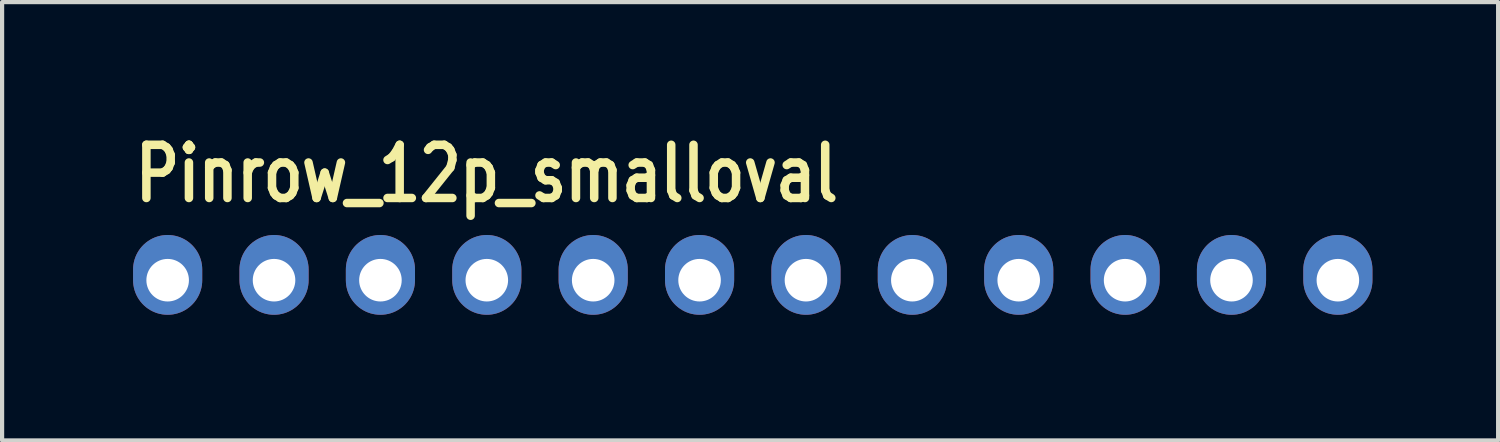
<source format=kicad_pcb>
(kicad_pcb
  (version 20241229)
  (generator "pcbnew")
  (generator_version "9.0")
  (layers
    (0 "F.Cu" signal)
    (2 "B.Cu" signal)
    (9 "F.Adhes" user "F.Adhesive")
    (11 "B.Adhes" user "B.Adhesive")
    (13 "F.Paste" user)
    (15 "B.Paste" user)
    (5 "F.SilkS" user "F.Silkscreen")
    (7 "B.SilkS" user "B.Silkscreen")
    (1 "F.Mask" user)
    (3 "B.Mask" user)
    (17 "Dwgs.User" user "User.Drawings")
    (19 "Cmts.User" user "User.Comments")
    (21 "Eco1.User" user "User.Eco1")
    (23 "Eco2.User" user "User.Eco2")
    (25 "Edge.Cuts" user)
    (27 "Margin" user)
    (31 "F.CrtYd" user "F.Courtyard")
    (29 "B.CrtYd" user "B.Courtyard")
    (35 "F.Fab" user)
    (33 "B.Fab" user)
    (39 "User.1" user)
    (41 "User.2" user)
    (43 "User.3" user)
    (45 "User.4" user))
  (footprint "Pinrow_12p_smalloval"
    (layer "F.Cu")
    (at 14.923 3.64)
    (property "Reference" "Pinrow_12p_smalloval" (at -6.35 -2.54 0) (layer "F.SilkS") (effects (font (size 1.27 1.016) (thickness 0.203))))
    (attr through_hole)
    (pad "1" thru_hole oval (at -13.97 0) (size 1.651 1.905) (drill 1.016 (offset 0 -0.127)) (layers "*.Cu" "*.Mask"))
    (pad "2" thru_hole oval (at -11.43 0) (size 1.651 1.905) (drill 1.016 (offset 0 -0.127)) (layers "*.Cu" "*.Mask"))
    (pad "3" thru_hole oval (at -8.89 0) (size 1.651 1.905) (drill 1.016 (offset 0 -0.127)) (layers "*.Cu" "*.Mask"))
    (pad "4" thru_hole oval (at -6.35 0) (size 1.651 1.905) (drill 1.016 (offset 0 -0.127)) (layers "*.Cu" "*.Mask"))
    (pad "5" thru_hole oval (at -3.81 0) (size 1.651 1.905) (drill 1.016 (offset 0 -0.127)) (layers "*.Cu" "*.Mask"))
    (pad "6" thru_hole oval (at -1.27 0) (size 1.651 1.905) (drill 1.016 (offset 0 -0.127)) (layers "*.Cu" "*.Mask"))
    (pad "7" thru_hole oval (at 1.27 0) (size 1.651 1.905) (drill 1.016 (offset 0 -0.127)) (layers "*.Cu" "*.Mask"))
    (pad "8" thru_hole oval (at 3.81 0) (size 1.651 1.905) (drill 1.016 (offset 0 -0.127)) (layers "*.Cu" "*.Mask"))
    (pad "9" thru_hole oval (at 6.35 0) (size 1.651 1.905) (drill 1.016 (offset 0 -0.127)) (layers "*.Cu" "*.Mask"))
    (pad "10" thru_hole oval (at 8.89 0) (size 1.651 1.905) (drill 1.016 (offset 0 -0.127)) (layers "*.Cu" "*.Mask"))
    (pad "11" thru_hole oval (at 11.43 0) (size 1.651 1.905) (drill 1.016 (offset 0 -0.127)) (layers "*.Cu" "*.Mask"))
    (pad "12" thru_hole oval (at 13.97 0) (size 1.651 1.905) (drill 1.016 (offset 0 -0.127)) (layers "*.Cu" "*.Mask")))
  (gr_rect
    (start -3 -3)
    (end 32.719 7.465)
    (stroke (width 0.1) (type default))
    (fill no)
    (layer "Edge.Cuts")))
</source>
